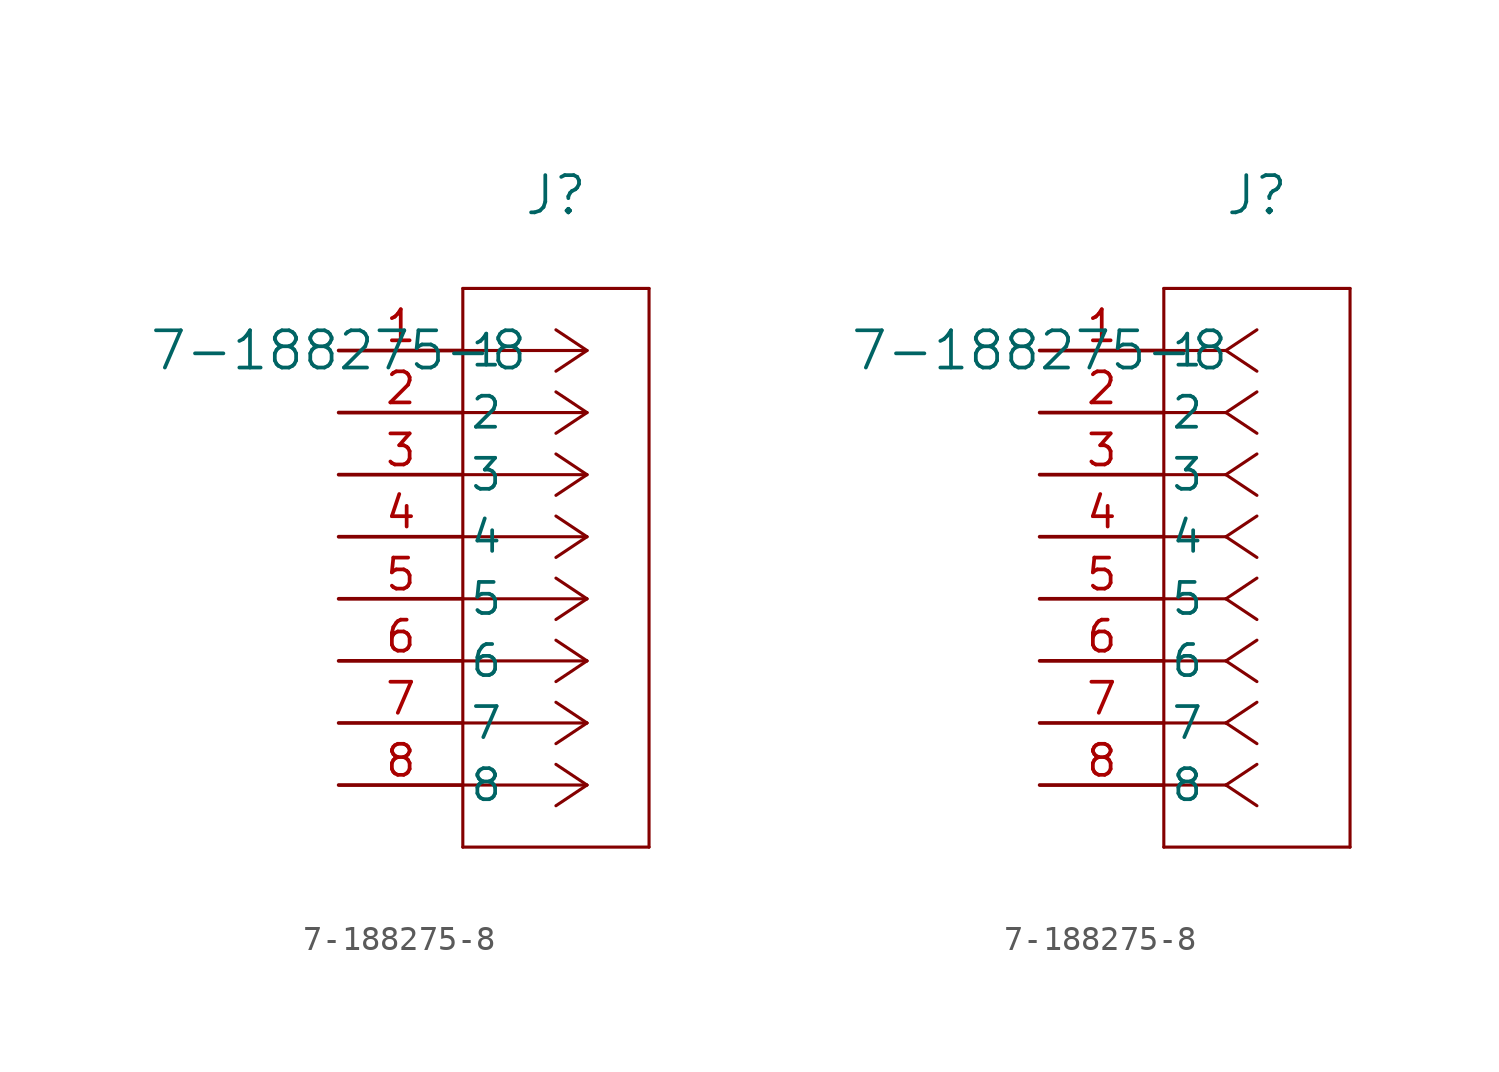
<source format=kicad_sym>
(kicad_symbol_lib
  (version 20211014)
  (generator kicad_symbol_editor)
  (symbol "7-188275-8"
    (pin_names
      (offset 0.254))
    (property "Reference" "J"
      (at 8.89 6.35 0)
      (effects (font (size 1.524 1.524))))
    (property "Value" "7-188275-8"
      (at 0 0 0)
      (effects (font (size 1.524 1.524))))
    (symbol "7-188275-8_1_1"
      (polyline (pts (xy 10.16 0) (xy 5.08 0)) (stroke (width 0.127) (type default) (color 0 0 0 0)) (fill (type none)))
      (polyline (pts (xy 10.16 -2.54) (xy 5.08 -2.54)) (stroke (width 0.127) (type default) (color 0 0 0 0)) (fill (type none)))
      (polyline (pts (xy 10.16 -5.08) (xy 5.08 -5.08)) (stroke (width 0.127) (type default) (color 0 0 0 0)) (fill (type none)))
      (polyline (pts (xy 10.16 -7.62) (xy 5.08 -7.62)) (stroke (width 0.127) (type default) (color 0 0 0 0)) (fill (type none)))
      (polyline (pts (xy 10.16 -10.16) (xy 5.08 -10.16)) (stroke (width 0.127) (type default) (color 0 0 0 0)) (fill (type none)))
      (polyline (pts (xy 10.16 -12.7) (xy 5.08 -12.7)) (stroke (width 0.127) (type default) (color 0 0 0 0)) (fill (type none)))
      (polyline (pts (xy 10.16 -15.24) (xy 5.08 -15.24)) (stroke (width 0.127) (type default) (color 0 0 0 0)) (fill (type none)))
      (polyline (pts (xy 10.16 -17.78) (xy 5.08 -17.78)) (stroke (width 0.127) (type default) (color 0 0 0 0)) (fill (type none)))
      (polyline (pts (xy 10.16 0) (xy 8.89 0.847)) (stroke (width 0.127) (type default) (color 0 0 0 0)) (fill (type none)))
      (polyline (pts (xy 10.16 -2.54) (xy 8.89 -1.693)) (stroke (width 0.127) (type default) (color 0 0 0 0)) (fill (type none)))
      (polyline (pts (xy 10.16 -5.08) (xy 8.89 -4.233)) (stroke (width 0.127) (type default) (color 0 0 0 0)) (fill (type none)))
      (polyline (pts (xy 10.16 -7.62) (xy 8.89 -6.773)) (stroke (width 0.127) (type default) (color 0 0 0 0)) (fill (type none)))
      (polyline (pts (xy 10.16 -10.16) (xy 8.89 -9.313)) (stroke (width 0.127) (type default) (color 0 0 0 0)) (fill (type none)))
      (polyline (pts (xy 10.16 -12.7) (xy 8.89 -11.853)) (stroke (width 0.127) (type default) (color 0 0 0 0)) (fill (type none)))
      (polyline (pts (xy 10.16 -15.24) (xy 8.89 -14.393)) (stroke (width 0.127) (type default) (color 0 0 0 0)) (fill (type none)))
      (polyline (pts (xy 10.16 -17.78) (xy 8.89 -16.933)) (stroke (width 0.127) (type default) (color 0 0 0 0)) (fill (type none)))
      (polyline (pts (xy 10.16 0) (xy 8.89 -0.847)) (stroke (width 0.127) (type default) (color 0 0 0 0)) (fill (type none)))
      (polyline (pts (xy 10.16 -2.54) (xy 8.89 -3.387)) (stroke (width 0.127) (type default) (color 0 0 0 0)) (fill (type none)))
      (polyline (pts (xy 10.16 -5.08) (xy 8.89 -5.927)) (stroke (width 0.127) (type default) (color 0 0 0 0)) (fill (type none)))
      (polyline (pts (xy 10.16 -7.62) (xy 8.89 -8.467)) (stroke (width 0.127) (type default) (color 0 0 0 0)) (fill (type none)))
      (polyline (pts (xy 10.16 -10.16) (xy 8.89 -11.007)) (stroke (width 0.127) (type default) (color 0 0 0 0)) (fill (type none)))
      (polyline (pts (xy 10.16 -12.7) (xy 8.89 -13.547)) (stroke (width 0.127) (type default) (color 0 0 0 0)) (fill (type none)))
      (polyline (pts (xy 10.16 -15.24) (xy 8.89 -16.087)) (stroke (width 0.127) (type default) (color 0 0 0 0)) (fill (type none)))
      (polyline (pts (xy 10.16 -17.78) (xy 8.89 -18.627)) (stroke (width 0.127) (type default) (color 0 0 0 0)) (fill (type none)))
      (polyline (pts (xy 5.08 2.54) (xy 5.08 -20.32)) (stroke (width 0.127) (type default) (color 0 0 0 0)) (fill (type none)))
      (polyline (pts (xy 5.08 -20.32) (xy 12.7 -20.32)) (stroke (width 0.127) (type default) (color 0 0 0 0)) (fill (type none)))
      (polyline (pts (xy 12.7 -20.32) (xy 12.7 2.54)) (stroke (width 0.127) (type default) (color 0 0 0 0)) (fill (type none)))
      (polyline (pts (xy 12.7 2.54) (xy 5.08 2.54)) (stroke (width 0.127) (type default) (color 0 0 0 0)) (fill (type none)))
      (pin unspecified line (at 0 0 0) (length 5.08) (name "1" (effects (font (size 1.27 1.27)))) (number "1" (effects (font (size 1.27 1.27)))))
      (pin unspecified line (at 0 -2.54 0) (length 5.08) (name "2" (effects (font (size 1.27 1.27)))) (number "2" (effects (font (size 1.27 1.27)))))
      (pin unspecified line (at 0 -5.08 0) (length 5.08) (name "3" (effects (font (size 1.27 1.27)))) (number "3" (effects (font (size 1.27 1.27)))))
      (pin unspecified line (at 0 -7.62 0) (length 5.08) (name "4" (effects (font (size 1.27 1.27)))) (number "4" (effects (font (size 1.27 1.27)))))
      (pin unspecified line (at 0 -10.16 0) (length 5.08) (name "5" (effects (font (size 1.27 1.27)))) (number "5" (effects (font (size 1.27 1.27)))))
      (pin unspecified line (at 0 -12.7 0) (length 5.08) (name "6" (effects (font (size 1.27 1.27)))) (number "6" (effects (font (size 1.27 1.27)))))
      (pin unspecified line (at 0 -15.24 0) (length 5.08) (name "7" (effects (font (size 1.27 1.27)))) (number "7" (effects (font (size 1.27 1.27)))))
      (pin unspecified line (at 0 -17.78 0) (length 5.08) (name "8" (effects (font (size 1.27 1.27)))) (number "8" (effects (font (size 1.27 1.27))))))
    (symbol "7-188275-8_1_2"
      (polyline (pts (xy 7.62 0) (xy 5.08 0)) (stroke (width 0.127) (type default) (color 0 0 0 0)) (fill (type none)))
      (polyline (pts (xy 7.62 -2.54) (xy 5.08 -2.54)) (stroke (width 0.127) (type default) (color 0 0 0 0)) (fill (type none)))
      (polyline (pts (xy 7.62 -5.08) (xy 5.08 -5.08)) (stroke (width 0.127) (type default) (color 0 0 0 0)) (fill (type none)))
      (polyline (pts (xy 7.62 -7.62) (xy 5.08 -7.62)) (stroke (width 0.127) (type default) (color 0 0 0 0)) (fill (type none)))
      (polyline (pts (xy 7.62 -10.16) (xy 5.08 -10.16)) (stroke (width 0.127) (type default) (color 0 0 0 0)) (fill (type none)))
      (polyline (pts (xy 7.62 -12.7) (xy 5.08 -12.7)) (stroke (width 0.127) (type default) (color 0 0 0 0)) (fill (type none)))
      (polyline (pts (xy 7.62 -15.24) (xy 5.08 -15.24)) (stroke (width 0.127) (type default) (color 0 0 0 0)) (fill (type none)))
      (polyline (pts (xy 7.62 -17.78) (xy 5.08 -17.78)) (stroke (width 0.127) (type default) (color 0 0 0 0)) (fill (type none)))
      (polyline (pts (xy 7.62 0) (xy 8.89 0.847)) (stroke (width 0.127) (type default) (color 0 0 0 0)) (fill (type none)))
      (polyline (pts (xy 7.62 -2.54) (xy 8.89 -1.693)) (stroke (width 0.127) (type default) (color 0 0 0 0)) (fill (type none)))
      (polyline (pts (xy 7.62 -5.08) (xy 8.89 -4.233)) (stroke (width 0.127) (type default) (color 0 0 0 0)) (fill (type none)))
      (polyline (pts (xy 7.62 -7.62) (xy 8.89 -6.773)) (stroke (width 0.127) (type default) (color 0 0 0 0)) (fill (type none)))
      (polyline (pts (xy 7.62 -10.16) (xy 8.89 -9.313)) (stroke (width 0.127) (type default) (color 0 0 0 0)) (fill (type none)))
      (polyline (pts (xy 7.62 -12.7) (xy 8.89 -11.853)) (stroke (width 0.127) (type default) (color 0 0 0 0)) (fill (type none)))
      (polyline (pts (xy 7.62 -15.24) (xy 8.89 -14.393)) (stroke (width 0.127) (type default) (color 0 0 0 0)) (fill (type none)))
      (polyline (pts (xy 7.62 -17.78) (xy 8.89 -16.933)) (stroke (width 0.127) (type default) (color 0 0 0 0)) (fill (type none)))
      (polyline (pts (xy 7.62 0) (xy 8.89 -0.847)) (stroke (width 0.127) (type default) (color 0 0 0 0)) (fill (type none)))
      (polyline (pts (xy 7.62 -2.54) (xy 8.89 -3.387)) (stroke (width 0.127) (type default) (color 0 0 0 0)) (fill (type none)))
      (polyline (pts (xy 7.62 -5.08) (xy 8.89 -5.927)) (stroke (width 0.127) (type default) (color 0 0 0 0)) (fill (type none)))
      (polyline (pts (xy 7.62 -7.62) (xy 8.89 -8.467)) (stroke (width 0.127) (type default) (color 0 0 0 0)) (fill (type none)))
      (polyline (pts (xy 7.62 -10.16) (xy 8.89 -11.007)) (stroke (width 0.127) (type default) (color 0 0 0 0)) (fill (type none)))
      (polyline (pts (xy 7.62 -12.7) (xy 8.89 -13.547)) (stroke (width 0.127) (type default) (color 0 0 0 0)) (fill (type none)))
      (polyline (pts (xy 7.62 -15.24) (xy 8.89 -16.087)) (stroke (width 0.127) (type default) (color 0 0 0 0)) (fill (type none)))
      (polyline (pts (xy 7.62 -17.78) (xy 8.89 -18.627)) (stroke (width 0.127) (type default) (color 0 0 0 0)) (fill (type none)))
      (polyline (pts (xy 5.08 2.54) (xy 5.08 -20.32)) (stroke (width 0.127) (type default) (color 0 0 0 0)) (fill (type none)))
      (polyline (pts (xy 5.08 -20.32) (xy 12.7 -20.32)) (stroke (width 0.127) (type default) (color 0 0 0 0)) (fill (type none)))
      (polyline (pts (xy 12.7 -20.32) (xy 12.7 2.54)) (stroke (width 0.127) (type default) (color 0 0 0 0)) (fill (type none)))
      (polyline (pts (xy 12.7 2.54) (xy 5.08 2.54)) (stroke (width 0.127) (type default) (color 0 0 0 0)) (fill (type none)))
      (pin unspecified line (at 0 0 0) (length 5.08) (name "1" (effects (font (size 1.27 1.27)))) (number "1" (effects (font (size 1.27 1.27)))))
      (pin unspecified line (at 0 -2.54 0) (length 5.08) (name "2" (effects (font (size 1.27 1.27)))) (number "2" (effects (font (size 1.27 1.27)))))
      (pin unspecified line (at 0 -5.08 0) (length 5.08) (name "3" (effects (font (size 1.27 1.27)))) (number "3" (effects (font (size 1.27 1.27)))))
      (pin unspecified line (at 0 -7.62 0) (length 5.08) (name "4" (effects (font (size 1.27 1.27)))) (number "4" (effects (font (size 1.27 1.27)))))
      (pin unspecified line (at 0 -10.16 0) (length 5.08) (name "5" (effects (font (size 1.27 1.27)))) (number "5" (effects (font (size 1.27 1.27)))))
      (pin unspecified line (at 0 -12.7 0) (length 5.08) (name "6" (effects (font (size 1.27 1.27)))) (number "6" (effects (font (size 1.27 1.27)))))
      (pin unspecified line (at 0 -15.24 0) (length 5.08) (name "7" (effects (font (size 1.27 1.27)))) (number "7" (effects (font (size 1.27 1.27)))))
      (pin unspecified line (at 0 -17.78 0) (length 5.08) (name "8" (effects (font (size 1.27 1.27)))) (number "8" (effects (font (size 1.27 1.27))))))))
</source>
